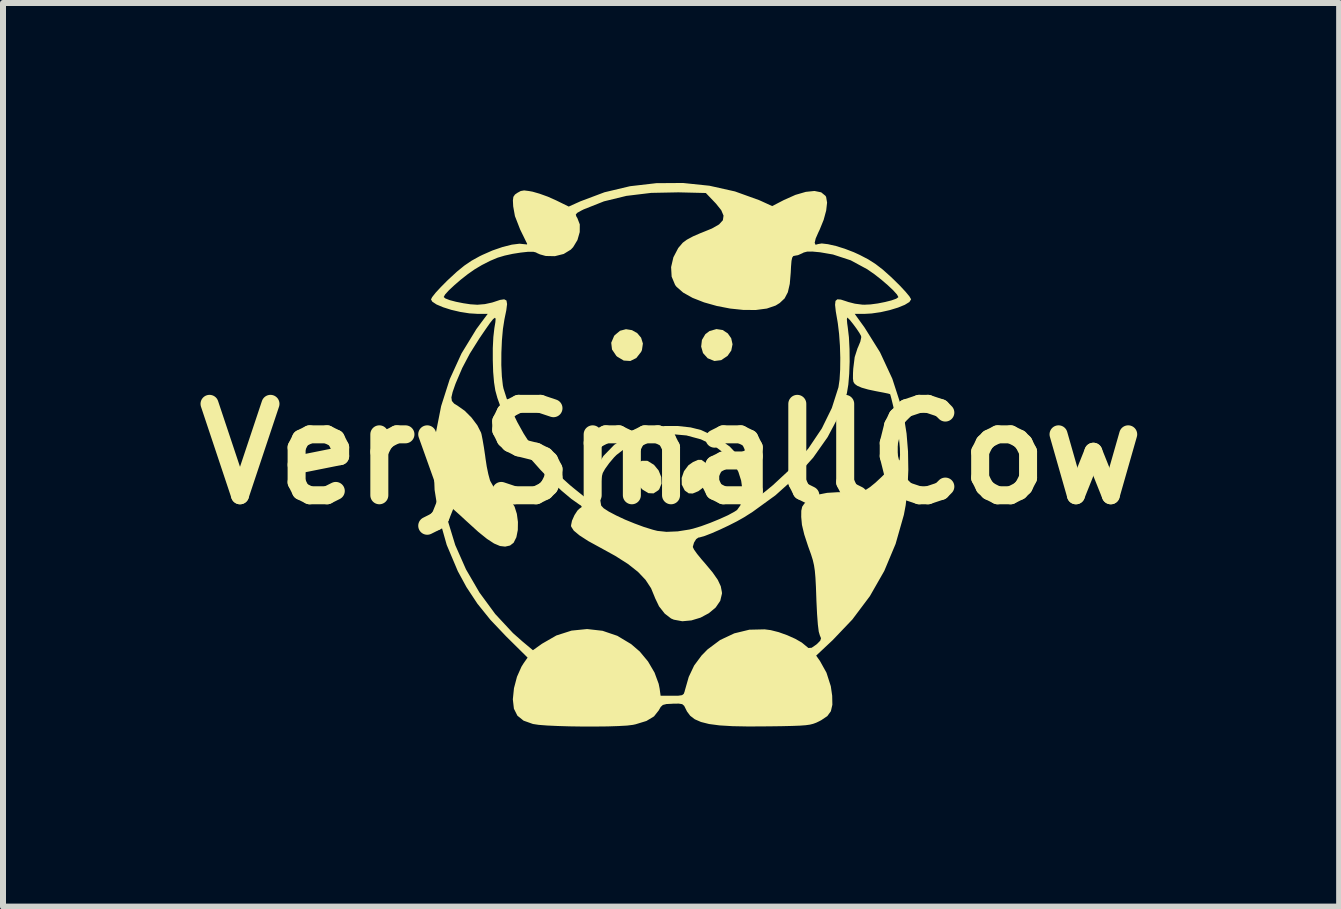
<source format=kicad_pcb>
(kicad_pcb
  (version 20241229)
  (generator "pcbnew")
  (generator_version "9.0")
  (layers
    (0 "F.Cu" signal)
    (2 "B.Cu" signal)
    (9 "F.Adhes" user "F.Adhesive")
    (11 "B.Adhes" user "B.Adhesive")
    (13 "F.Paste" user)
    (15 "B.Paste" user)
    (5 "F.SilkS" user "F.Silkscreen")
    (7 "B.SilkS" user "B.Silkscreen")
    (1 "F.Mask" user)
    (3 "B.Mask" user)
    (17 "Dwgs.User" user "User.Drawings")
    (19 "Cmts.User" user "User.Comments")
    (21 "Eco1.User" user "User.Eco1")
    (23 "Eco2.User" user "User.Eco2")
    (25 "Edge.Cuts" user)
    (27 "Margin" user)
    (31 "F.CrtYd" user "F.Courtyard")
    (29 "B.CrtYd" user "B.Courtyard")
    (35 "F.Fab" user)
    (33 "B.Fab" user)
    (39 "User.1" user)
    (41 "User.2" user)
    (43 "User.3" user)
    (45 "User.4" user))
  (footprint "VerySmallCow"
    (layer "F.Cu")
    (at 8.135 4.516)
    (property "Reference" "VerySmallCow" (at 0 0 0) (layer "F.SilkS") (effects (font (size 1.524 1.524) (thickness 0.3))))
    (attr through_hole)
    (fp_poly (pts (xy 0.861 -2.065) (xy 0.946 -2.009) (xy 1.003 -1.927) (xy 1.025 -1.828) (xy 1.004 -1.723) (xy 0.942 -1.634) (xy 0.836 -1.563) (xy 0.723 -1.549) (xy 0.612 -1.594) (xy 0.611 -1.594) (xy 0.533 -1.681) (xy 0.502 -1.789) (xy 0.515 -1.9) (xy 0.572 -1.996) (xy 0.641 -2.048) (xy 0.757 -2.081)) (stroke (width 0) (type solid)) (fill yes) (layer "F.SilkS"))
    (fp_poly (pts (xy -0.651 -2.063) (xy -0.563 -2.013) (xy -0.499 -1.937) (xy -0.469 -1.84) (xy -0.485 -1.731) (xy -0.499 -1.7) (xy -0.579 -1.598) (xy -0.679 -1.549) (xy -0.788 -1.556) (xy -0.896 -1.62) (xy -0.912 -1.634) (xy -0.984 -1.741) (xy -0.997 -1.853) (xy -0.95 -1.964) (xy -0.939 -1.979) (xy -0.85 -2.053) (xy -0.751 -2.079)) (stroke (width 0) (type solid)) (fill yes) (layer "F.SilkS"))
    (fp_poly (pts (xy -0.388 0.118) (xy -0.284 0.182) (xy -0.207 0.276) (xy -0.163 0.385) (xy -0.158 0.494) (xy -0.196 0.588) (xy -0.212 0.606) (xy -0.292 0.658) (xy -0.377 0.654) (xy -0.476 0.594) (xy -0.481 0.59) (xy -0.559 0.499) (xy -0.611 0.391) (xy -0.628 0.285) (xy -0.621 0.242) (xy -0.569 0.161) (xy -0.487 0.115) (xy -0.397 0.115)) (stroke (width 0) (type solid)) (fill yes) (layer "F.SilkS"))
    (fp_poly (pts (xy 0.507 0.099) (xy 0.562 0.138) (xy 0.576 0.152) (xy 0.626 0.24) (xy 0.633 0.35) (xy 0.601 0.463) (xy 0.534 0.561) (xy 0.456 0.621) (xy 0.361 0.66) (xy 0.294 0.657) (xy 0.233 0.613) (xy 0.226 0.605) (xy 0.179 0.512) (xy 0.177 0.4) (xy 0.216 0.288) (xy 0.29 0.189) (xy 0.367 0.135) (xy 0.45 0.099)) (stroke (width 0) (type solid)) (fill yes) (layer "F.SilkS"))
    (fp_poly (pts (xy 0.641 -4.47) (xy 1.066 -4.375) (xy 1.466 -4.231) (xy 1.5 -4.216) (xy 1.686 -4.131) (xy 1.881 -4.232) (xy 2.074 -4.318) (xy 2.246 -4.368) (xy 2.391 -4.383) (xy 2.503 -4.36) (xy 2.574 -4.302) (xy 2.585 -4.283) (xy 2.601 -4.189) (xy 2.586 -4.057) (xy 2.544 -3.902) (xy 2.477 -3.737) (xy 2.458 -3.698) (xy 2.411 -3.591) (xy 2.394 -3.519) (xy 2.409 -3.486) (xy 2.451 -3.498) (xy 2.512 -3.508) (xy 2.615 -3.496) (xy 2.748 -3.466) (xy 2.896 -3.42) (xy 3.047 -3.362) (xy 3.145 -3.317) (xy 3.287 -3.243) (xy 3.409 -3.165) (xy 3.53 -3.072) (xy 3.666 -2.95) (xy 3.713 -2.905) (xy 3.821 -2.798) (xy 3.91 -2.702) (xy 3.973 -2.626) (xy 4 -2.58) (xy 4.001 -2.576) (xy 3.973 -2.532) (xy 3.896 -2.485) (xy 3.783 -2.439) (xy 3.645 -2.397) (xy 3.495 -2.363) (xy 3.343 -2.341) (xy 3.221 -2.334) (xy 3.062 -2.334) (xy 3.226 -2.106) (xy 3.483 -1.695) (xy 3.688 -1.254) (xy 3.841 -0.782) (xy 3.885 -0.598) (xy 3.926 -0.338) (xy 3.95 -0.042) (xy 3.955 0.268) (xy 3.942 0.574) (xy 3.911 0.855) (xy 3.881 1.015) (xy 3.743 1.5) (xy 3.554 1.951) (xy 3.314 2.371) (xy 3.022 2.76) (xy 2.695 3.103) (xy 2.419 3.362) (xy 2.482 3.451) (xy 2.591 3.647) (xy 2.663 3.872) (xy 2.686 4.031) (xy 2.689 4.181) (xy 2.664 4.289) (xy 2.605 4.37) (xy 2.504 4.438) (xy 2.47 4.456) (xy 2.42 4.48) (xy 2.371 4.498) (xy 2.316 4.512) (xy 2.244 4.522) (xy 2.149 4.529) (xy 2.019 4.534) (xy 1.847 4.538) (xy 1.624 4.541) (xy 1.612 4.541) (xy 1.291 4.543) (xy 1.025 4.538) (xy 0.808 4.525) (xy 0.634 4.502) (xy 0.499 4.468) (xy 0.396 4.423) (xy 0.32 4.365) (xy 0.266 4.293) (xy 0.246 4.253) (xy 0.219 4.199) (xy 0.186 4.171) (xy 0.13 4.162) (xy 0.033 4.163) (xy 0.025 4.164) (xy -0.076 4.169) (xy -0.136 4.184) (xy -0.172 4.217) (xy -0.205 4.275) (xy -0.284 4.375) (xy -0.41 4.451) (xy -0.589 4.506) (xy -0.635 4.516) (xy -0.733 4.528) (xy -0.878 4.536) (xy -1.058 4.542) (xy -1.261 4.544) (xy -1.475 4.544) (xy -1.688 4.541) (xy -1.889 4.535) (xy -2.065 4.527) (xy -2.206 4.516) (xy -2.298 4.502) (xy -2.303 4.501) (xy -2.458 4.446) (xy -2.561 4.363) (xy -2.619 4.247) (xy -2.637 4.091) (xy -2.618 3.905) (xy -2.568 3.715) (xy -2.493 3.546) (xy -2.456 3.487) (xy -2.391 3.395) (xy -2.751 3.039) (xy -3.011 2.765) (xy -3.227 2.497) (xy -3.41 2.22) (xy -3.554 1.955) (xy -3.739 1.517) (xy -3.867 1.064) (xy -3.902 0.846) (xy -3.778 0.846) (xy -3.771 0.898) (xy -3.751 0.987) (xy -3.723 1.106) (xy -3.597 1.519) (xy -3.418 1.924) (xy -3.193 2.311) (xy -2.93 2.669) (xy -2.635 2.986) (xy -2.478 3.125) (xy -2.302 3.272) (xy -2.151 3.164) (xy -1.911 3.026) (xy -1.658 2.945) (xy -1.399 2.919) (xy -1.142 2.948) (xy -0.895 3.032) (xy -0.665 3.17) (xy -0.521 3.294) (xy -0.384 3.459) (xy -0.275 3.645) (xy -0.206 3.832) (xy -0.19 3.912) (xy -0.174 4.031) (xy 0.019 4.031) (xy 0.123 4.03) (xy 0.183 4.021) (xy 0.212 3.999) (xy 0.227 3.958) (xy 0.229 3.948) (xy 0.295 3.717) (xy 0.385 3.527) (xy 0.509 3.36) (xy 0.608 3.259) (xy 0.818 3.102) (xy 1.054 2.991) (xy 1.305 2.93) (xy 1.56 2.924) (xy 1.661 2.937) (xy 1.795 2.971) (xy 1.937 3.022) (xy 2.071 3.082) (xy 2.179 3.144) (xy 2.241 3.195) (xy 2.29 3.235) (xy 2.344 3.231) (xy 2.418 3.18) (xy 2.434 3.167) (xy 2.487 3.113) (xy 2.5 3.072) (xy 2.48 3.024) (xy 2.462 2.962) (xy 2.447 2.842) (xy 2.434 2.668) (xy 2.423 2.443) (xy 2.422 2.41) (xy 2.415 2.214) (xy 2.407 2.065) (xy 2.397 1.95) (xy 2.383 1.856) (xy 2.363 1.769) (xy 2.334 1.676) (xy 2.294 1.565) (xy 2.287 1.546) (xy 2.221 1.345) (xy 2.182 1.183) (xy 2.17 1.051) (xy 2.171 0.947) (xy 2.186 0.88) (xy 2.221 0.829) (xy 2.264 0.788) (xy 2.356 0.721) (xy 2.464 0.676) (xy 2.601 0.649) (xy 2.78 0.638) (xy 2.873 0.637) (xy 3.037 0.631) (xy 3.169 0.616) (xy 3.252 0.595) (xy 3.315 0.554) (xy 3.405 0.481) (xy 3.505 0.388) (xy 3.556 0.337) (xy 3.647 0.245) (xy 3.725 0.173) (xy 3.779 0.129) (xy 3.795 0.121) (xy 3.811 0.093) (xy 3.817 0.017) (xy 3.814 -0.097) (xy 3.802 -0.236) (xy 3.783 -0.391) (xy 3.757 -0.55) (xy 3.727 -0.698) (xy 3.697 -0.822) (xy 3.673 -0.921) (xy 3.656 -0.983) (xy 3.651 -0.996) (xy 3.618 -1.006) (xy 3.541 -1.022) (xy 3.435 -1.042) (xy 3.41 -1.047) (xy 3.287 -1.073) (xy 3.178 -1.104) (xy 3.106 -1.135) (xy 3.101 -1.138) (xy 3.062 -1.167) (xy 3.04 -1.201) (xy 3.032 -1.256) (xy 3.033 -1.346) (xy 3.037 -1.42) (xy 3.061 -1.614) (xy 3.109 -1.763) (xy 3.119 -1.784) (xy 3.155 -1.871) (xy 3.17 -1.942) (xy 3.168 -1.965) (xy 3.14 -2.016) (xy 3.091 -2.089) (xy 3.034 -2.166) (xy 2.981 -2.232) (xy 2.944 -2.269) (xy 2.937 -2.272) (xy 2.931 -2.246) (xy 2.936 -2.177) (xy 2.945 -2.114) (xy 2.965 -1.944) (xy 2.975 -1.746) (xy 2.977 -1.537) (xy 2.97 -1.335) (xy 2.955 -1.156) (xy 2.932 -1.017) (xy 2.928 -1) (xy 2.798 -0.635) (xy 2.61 -0.28) (xy 2.369 0.062) (xy 2.078 0.387) (xy 1.74 0.69) (xy 1.358 0.967) (xy 1.216 1.057) (xy 1.097 1.124) (xy 0.959 1.194) (xy 0.815 1.262) (xy 0.678 1.322) (xy 0.562 1.367) (xy 0.479 1.391) (xy 0.457 1.394) (xy 0.419 1.42) (xy 0.383 1.478) (xy 0.364 1.544) (xy 0.364 1.554) (xy 0.383 1.594) (xy 0.434 1.666) (xy 0.51 1.759) (xy 0.564 1.821) (xy 0.692 1.974) (xy 0.779 2.099) (xy 0.829 2.206) (xy 0.848 2.305) (xy 0.849 2.328) (xy 0.82 2.449) (xy 0.744 2.56) (xy 0.63 2.655) (xy 0.492 2.729) (xy 0.34 2.775) (xy 0.188 2.789) (xy 0.047 2.763) (xy 0.000062 2.743) (xy -0.105 2.662) (xy -0.2 2.541) (xy -0.267 2.401) (xy -0.27 2.392) (xy -0.333 2.239) (xy -0.425 2.099) (xy -0.55 1.967) (xy -0.717 1.835) (xy -0.929 1.7) (xy -1.176 1.564) (xy -1.379 1.453) (xy -1.526 1.358) (xy -1.621 1.279) (xy -1.664 1.213) (xy -1.667 1.192) (xy -1.651 1.113) (xy -1.61 1.021) (xy -1.56 0.944) (xy -1.526 0.912) (xy -1.487 0.884) (xy -1.501 0.861) (xy -1.524 0.847) (xy -1.663 0.749) (xy -1.825 0.613) (xy -2 0.448) (xy -2.176 0.266) (xy -2.344 0.077) (xy -2.492 -0.107) (xy -2.572 -0.219) (xy -2.657 -0.363) (xy -2.745 -0.545) (xy -2.827 -0.742) (xy -2.895 -0.934) (xy -2.929 -1.058) (xy -2.95 -1.192) (xy -2.965 -1.367) (xy -2.971 -1.564) (xy -2.971 -1.763) (xy -2.962 -1.946) (xy -2.945 -2.094) (xy -2.943 -2.107) (xy -2.928 -2.197) (xy -2.924 -2.253) (xy -2.935 -2.27) (xy -2.966 -2.247) (xy -3.019 -2.18) (xy -3.098 -2.067) (xy -3.195 -1.925) (xy -3.354 -1.672) (xy -3.48 -1.433) (xy -3.587 -1.183) (xy -3.596 -1.16) (xy -3.641 -1.03) (xy -3.661 -0.942) (xy -3.653 -0.883) (xy -3.616 -0.839) (xy -3.559 -0.804) (xy -3.44 -0.72) (xy -3.325 -0.605) (xy -3.229 -0.477) (xy -3.167 -0.355) (xy -3.159 -0.327) (xy -3.141 -0.236) (xy -3.119 -0.108) (xy -3.098 0.033) (xy -3.093 0.073) (xy -3.072 0.21) (xy -3.046 0.336) (xy -3.02 0.432) (xy -3.013 0.452) (xy -2.944 0.574) (xy -2.854 0.673) (xy -2.76 0.734) (xy -2.738 0.741) (xy -2.664 0.788) (xy -2.608 0.879) (xy -2.57 0.999) (xy -2.552 1.134) (xy -2.554 1.268) (xy -2.578 1.389) (xy -2.624 1.481) (xy -2.684 1.527) (xy -2.765 1.545) (xy -2.851 1.535) (xy -2.95 1.493) (xy -3.068 1.416) (xy -3.212 1.3) (xy -3.387 1.141) (xy -3.407 1.123) (xy -3.523 1.016) (xy -3.625 0.925) (xy -3.704 0.858) (xy -3.752 0.822) (xy -3.76 0.818) (xy -3.774 0.824) (xy -3.778 0.846) (xy -3.902 0.846) (xy -3.941 0.6) (xy -3.959 0.131) (xy -3.923 -0.336) (xy -3.832 -0.797) (xy -3.689 -1.245) (xy -3.493 -1.674) (xy -3.245 -2.08) (xy -3.164 -2.19) (xy -3.056 -2.334) (xy -3.218 -2.334) (xy -3.362 -2.343) (xy -3.515 -2.367) (xy -3.665 -2.402) (xy -3.8 -2.445) (xy -3.909 -2.491) (xy -3.98 -2.538) (xy -4.001 -2.576) (xy -3.981 -2.615) (xy -3.789 -2.615) (xy -3.761 -2.591) (xy -3.688 -2.563) (xy -3.584 -2.536) (xy -3.464 -2.512) (xy -3.344 -2.494) (xy -3.236 -2.487) (xy -3.222 -2.487) (xy -3.103 -2.497) (xy -2.984 -2.523) (xy -2.955 -2.532) (xy -2.85 -2.567) (xy -2.781 -2.577) (xy -2.743 -2.557) (xy -2.733 -2.498) (xy -2.746 -2.394) (xy -2.777 -2.243) (xy -2.802 -2.084) (xy -2.819 -1.893) (xy -2.828 -1.686) (xy -2.829 -1.48) (xy -2.82 -1.292) (xy -2.803 -1.14) (xy -2.793 -1.091) (xy -2.74 -0.925) (xy -2.66 -0.731) (xy -2.562 -0.529) (xy -2.457 -0.34) (xy -2.395 -0.243) (xy -2.256 -0.06) (xy -2.082 0.139) (xy -1.887 0.337) (xy -1.686 0.519) (xy -1.606 0.585) (xy -1.379 0.767) (xy -1.365 0.655) (xy -1.182 0.655) (xy -1.179 0.774) (xy -1.165 0.858) (xy -1.163 0.863) (xy -1.123 0.906) (xy -1.036 0.962) (xy -0.914 1.026) (xy -0.769 1.094) (xy -0.61 1.159) (xy -0.451 1.218) (xy -0.302 1.264) (xy -0.227 1.283) (xy -0.075 1.299) (xy 0.111 1.291) (xy 0.307 1.26) (xy 0.366 1.246) (xy 0.501 1.205) (xy 0.654 1.149) (xy 0.81 1.085) (xy 0.951 1.021) (xy 1.059 0.962) (xy 1.1 0.935) (xy 1.156 0.857) (xy 1.186 0.739) (xy 1.19 0.598) (xy 1.169 0.446) (xy 1.123 0.301) (xy 1.07 0.199) (xy 0.913 0.011) (xy 0.719 -0.137) (xy 0.498 -0.243) (xy 0.257 -0.308) (xy 0.008 -0.33) (xy -0.243 -0.309) (xy -0.485 -0.245) (xy -0.71 -0.136) (xy -0.909 0.017) (xy -0.95 0.058) (xy -1.031 0.154) (xy -1.1 0.25) (xy -1.138 0.318) (xy -1.161 0.404) (xy -1.176 0.524) (xy -1.182 0.655) (xy -1.365 0.655) (xy -1.357 0.592) (xy -1.33 0.458) (xy -1.286 0.316) (xy -1.261 0.257) (xy -1.128 0.035) (xy -0.947 -0.151) (xy -0.717 -0.302) (xy -0.498 -0.399) (xy -0.32 -0.443) (xy -0.108 -0.465) (xy 0.115 -0.465) (xy 0.326 -0.442) (xy 0.498 -0.399) (xy 0.757 -0.279) (xy 0.976 -0.125) (xy 1.15 0.058) (xy 1.274 0.265) (xy 1.344 0.491) (xy 1.356 0.575) (xy 1.368 0.671) (xy 1.382 0.737) (xy 1.394 0.758) (xy 1.424 0.739) (xy 1.49 0.689) (xy 1.584 0.615) (xy 1.694 0.524) (xy 1.7 0.519) (xy 2.019 0.223) (xy 2.291 -0.094) (xy 2.513 -0.424) (xy 2.68 -0.765) (xy 2.79 -1.11) (xy 2.791 -1.115) (xy 2.809 -1.239) (xy 2.819 -1.406) (xy 2.821 -1.601) (xy 2.815 -1.805) (xy 2.801 -2.002) (xy 2.78 -2.176) (xy 2.774 -2.213) (xy 2.746 -2.375) (xy 2.734 -2.485) (xy 2.741 -2.55) (xy 2.772 -2.577) (xy 2.83 -2.573) (xy 2.92 -2.544) (xy 2.955 -2.532) (xy 3.065 -2.504) (xy 3.189 -2.488) (xy 3.222 -2.487) (xy 3.326 -2.492) (xy 3.446 -2.508) (xy 3.567 -2.532) (xy 3.674 -2.559) (xy 3.753 -2.587) (xy 3.788 -2.612) (xy 3.789 -2.615) (xy 3.766 -2.657) (xy 3.704 -2.726) (xy 3.614 -2.811) (xy 3.506 -2.904) (xy 3.39 -2.995) (xy 3.276 -3.074) (xy 3.274 -3.076) (xy 2.995 -3.227) (xy 2.699 -3.324) (xy 2.485 -3.361) (xy 2.356 -3.373) (xy 2.269 -3.372) (xy 2.211 -3.357) (xy 2.191 -3.346) (xy 2.117 -3.313) (xy 2.066 -3.304) (xy 2.038 -3.298) (xy 2.02 -3.273) (xy 2.008 -3.219) (xy 2 -3.122) (xy 1.995 -3.022) (xy 1.979 -2.834) (xy 1.947 -2.695) (xy 1.893 -2.592) (xy 1.811 -2.515) (xy 1.743 -2.473) (xy 1.597 -2.423) (xy 1.414 -2.399) (xy 1.206 -2.4) (xy 0.985 -2.423) (xy 0.763 -2.466) (xy 0.55 -2.526) (xy 0.359 -2.601) (xy 0.202 -2.689) (xy 0.09 -2.787) (xy 0.068 -2.816) (xy 0.01 -2.955) (xy 0.001 -3.114) (xy 0.039 -3.277) (xy 0.12 -3.432) (xy 0.196 -3.521) (xy 0.264 -3.571) (xy 0.368 -3.627) (xy 0.488 -3.679) (xy 0.504 -3.685) (xy 0.681 -3.757) (xy 0.8 -3.825) (xy 0.864 -3.895) (xy 0.875 -3.972) (xy 0.837 -4.062) (xy 0.75 -4.171) (xy 0.73 -4.192) (xy 0.58 -4.349) (xy 0.123 -4.36) (xy -0.331 -4.351) (xy -0.744 -4.301) (xy -1.118 -4.21) (xy -1.456 -4.076) (xy -1.494 -4.057) (xy -1.564 -4.018) (xy -1.588 -3.989) (xy -1.576 -3.953) (xy -1.562 -3.932) (xy -1.521 -3.826) (xy -1.522 -3.698) (xy -1.56 -3.565) (xy -1.632 -3.446) (xy -1.671 -3.405) (xy -1.789 -3.333) (xy -1.936 -3.296) (xy -2.085 -3.299) (xy -2.103 -3.303) (xy -2.185 -3.326) (xy -2.241 -3.351) (xy -2.247 -3.357) (xy -2.294 -3.369) (xy -2.385 -3.369) (xy -2.505 -3.356) (xy -2.639 -3.335) (xy -2.772 -3.306) (xy -2.89 -3.271) (xy -2.895 -3.269) (xy -3.016 -3.218) (xy -3.155 -3.147) (xy -3.274 -3.076) (xy -3.387 -2.997) (xy -3.503 -2.906) (xy -3.611 -2.813) (xy -3.702 -2.728) (xy -3.765 -2.659) (xy -3.789 -2.616) (xy -3.789 -2.615) (xy -3.981 -2.615) (xy -3.98 -2.616) (xy -3.923 -2.688) (xy -3.837 -2.781) (xy -3.732 -2.887) (xy -3.713 -2.905) (xy -3.569 -3.038) (xy -3.445 -3.139) (xy -3.326 -3.22) (xy -3.192 -3.294) (xy -3.145 -3.317) (xy -2.977 -3.391) (xy -2.808 -3.449) (xy -2.654 -3.488) (xy -2.526 -3.504) (xy -2.437 -3.495) (xy -2.434 -3.495) (xy -2.4 -3.491) (xy -2.399 -3.504) (xy -2.418 -3.542) (xy -2.456 -3.62) (xy -2.506 -3.722) (xy -2.516 -3.743) (xy -2.602 -3.964) (xy -2.631 -4.126) (xy -2.636 -4.226) (xy -2.628 -4.285) (xy -2.601 -4.324) (xy -2.561 -4.352) (xy -2.506 -4.382) (xy -2.449 -4.392) (xy -2.368 -4.382) (xy -2.308 -4.371) (xy -2.193 -4.338) (xy -2.054 -4.288) (xy -1.922 -4.229) (xy -1.921 -4.229) (xy -1.705 -4.123) (xy -1.509 -4.211) (xy -1.11 -4.361) (xy -0.685 -4.462) (xy -0.245 -4.513) (xy 0.2 -4.516)) (stroke (width 0) (type solid)) (fill yes) (layer "F.SilkS")))
  (gr_rect
    (start -3 -3)
    (end 19.271 12.061)
    (stroke (width 0.1) (type default))
    (fill no)
    (layer "Edge.Cuts")))
</source>
